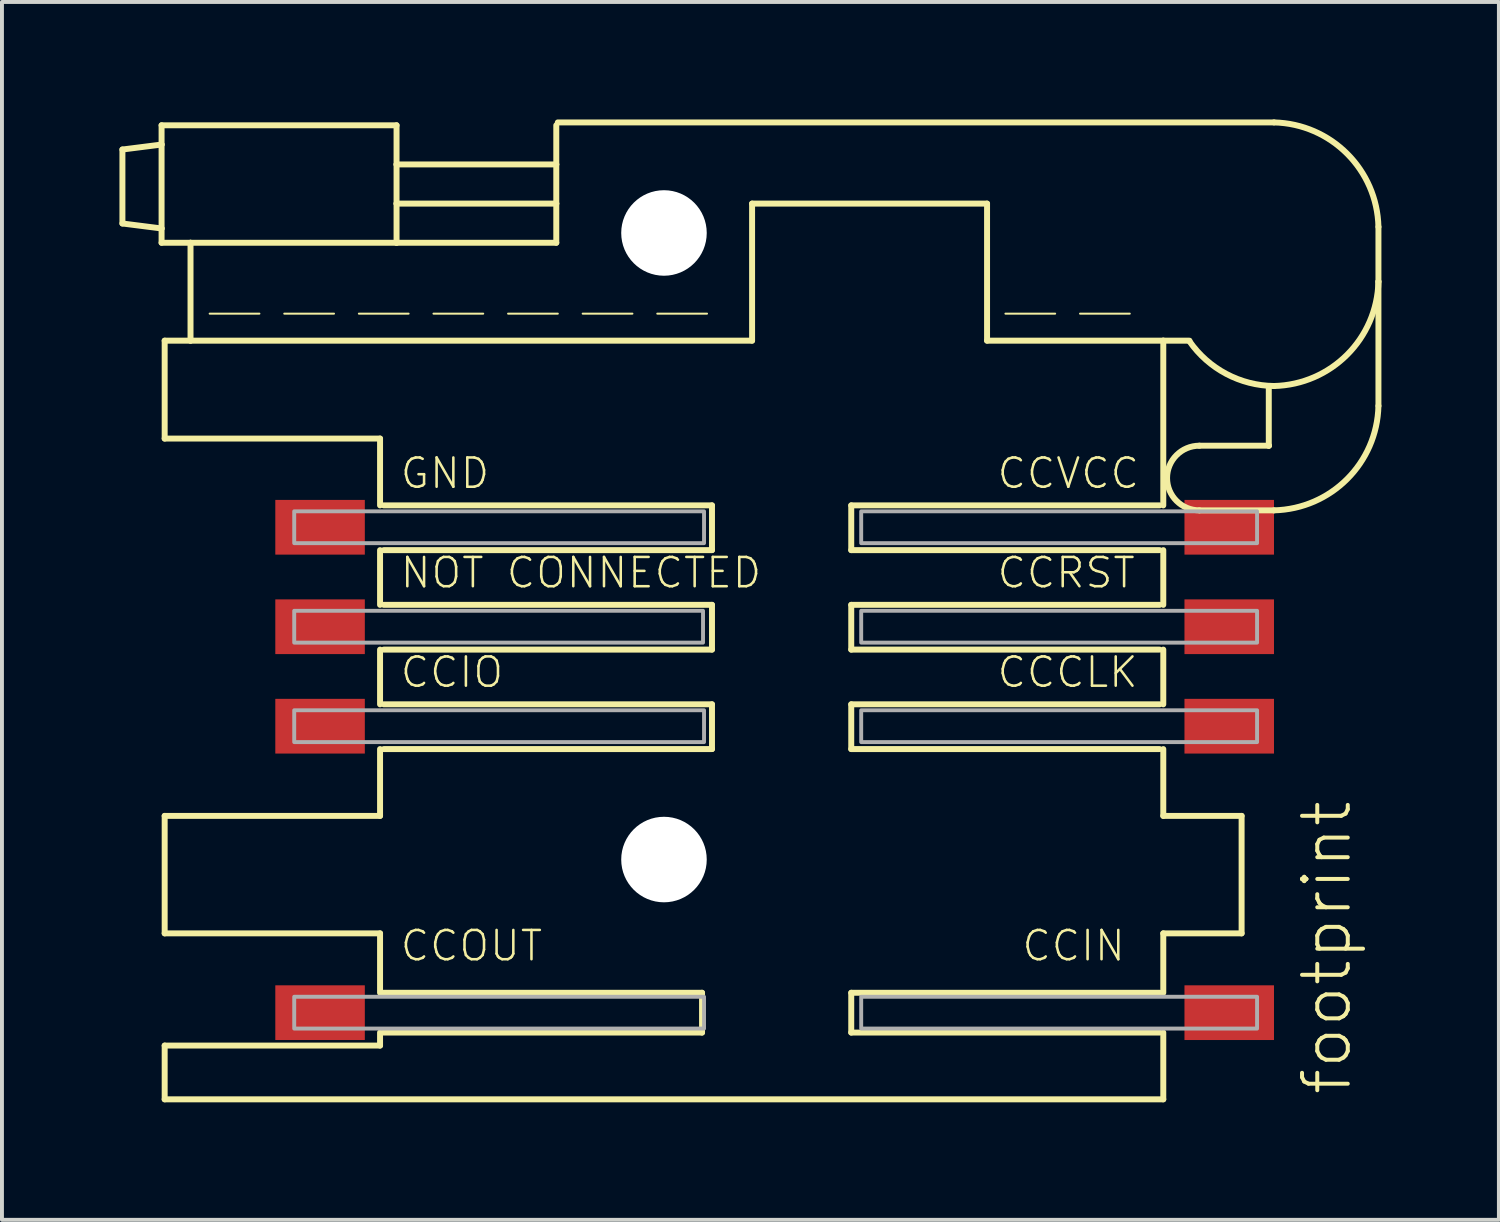
<source format=kicad_pcb>
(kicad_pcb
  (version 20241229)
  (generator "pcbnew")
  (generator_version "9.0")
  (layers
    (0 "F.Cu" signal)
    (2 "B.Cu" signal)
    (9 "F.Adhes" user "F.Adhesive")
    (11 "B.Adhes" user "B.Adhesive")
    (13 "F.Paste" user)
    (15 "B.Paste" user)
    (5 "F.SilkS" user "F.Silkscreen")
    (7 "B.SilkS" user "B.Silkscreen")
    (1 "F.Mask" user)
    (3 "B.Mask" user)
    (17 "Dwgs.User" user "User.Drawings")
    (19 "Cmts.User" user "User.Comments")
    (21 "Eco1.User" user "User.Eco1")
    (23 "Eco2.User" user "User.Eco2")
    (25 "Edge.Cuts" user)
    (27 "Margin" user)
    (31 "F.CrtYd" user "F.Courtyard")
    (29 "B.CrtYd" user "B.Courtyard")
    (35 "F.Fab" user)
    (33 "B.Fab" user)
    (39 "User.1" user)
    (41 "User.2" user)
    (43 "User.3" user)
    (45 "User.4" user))
  (footprint "footprint"
    (layer "F.Cu")
    (at 16.909 12.649)
    (property "Reference" "footprint" (at 14.605 12.319 90) (layer "F.SilkS") (effects (font (size 1.168 1.168) (thickness 0.102)) (justify left bottom)))
    (fp_line (start -16.833 -11.881) (end -16.833 -9.992) (stroke (width 0.152) (type solid)) (layer "F.SilkS"))
    (fp_line (start -16.833 -9.992) (end -15.833 -9.865) (stroke (width 0.152) (type solid)) (layer "F.SilkS"))
    (fp_line (start -15.833 -12.5) (end -15.833 -12.008) (stroke (width 0.152) (type solid)) (layer "F.SilkS"))
    (fp_line (start -15.833 -12.008) (end -16.833 -11.881) (stroke (width 0.152) (type solid)) (layer "F.SilkS"))
    (fp_line (start -15.833 -12.008) (end -15.833 -9.865) (stroke (width 0.152) (type solid)) (layer "F.SilkS"))
    (fp_line (start -15.833 -9.865) (end -15.833 -9.5) (stroke (width 0.152) (type solid)) (layer "F.SilkS"))
    (fp_line (start -15.833 -9.5) (end -15.094 -9.5) (stroke (width 0.152) (type solid)) (layer "F.SilkS"))
    (fp_line (start -15.754 -7) (end -15.754 -4.5) (stroke (width 0.152) (type solid)) (layer "F.SilkS"))
    (fp_line (start -15.754 -7) (end -15.094 -7) (stroke (width 0.152) (type solid)) (layer "F.SilkS"))
    (fp_line (start -15.754 5.135) (end -15.754 8.135) (stroke (width 0.152) (type solid)) (layer "F.SilkS"))
    (fp_line (start -15.754 11) (end -15.754 12.373) (stroke (width 0.152) (type solid)) (layer "F.SilkS"))
    (fp_line (start -15.094 -9.5) (end -15.094 -7) (stroke (width 0.152) (type solid)) (layer "F.SilkS"))
    (fp_line (start -15.094 -9.5) (end -9.833 -9.5) (stroke (width 0.152) (type solid)) (layer "F.SilkS"))
    (fp_line (start -15.094 -7) (end -0.754 -7) (stroke (width 0.152) (type solid)) (layer "F.SilkS"))
    (fp_line (start -14.605 -7.69) (end -13.335 -7.69) (stroke (width 0.051) (type solid)) (layer "F.SilkS"))
    (fp_line (start -12.7 -7.69) (end -11.43 -7.69) (stroke (width 0.051) (type solid)) (layer "F.SilkS"))
    (fp_line (start -10.795 -7.69) (end -9.525 -7.69) (stroke (width 0.051) (type solid)) (layer "F.SilkS"))
    (fp_line (start -10.254 -4.5) (end -15.754 -4.5) (stroke (width 0.152) (type solid)) (layer "F.SilkS"))
    (fp_line (start -10.254 -4.5) (end -10.254 -2.794) (stroke (width 0.152) (type solid)) (layer "F.SilkS"))
    (fp_line (start -10.254 -1.651) (end -10.254 -0.254) (stroke (width 0.152) (type solid)) (layer "F.SilkS"))
    (fp_line (start -10.254 0.889) (end -10.254 2.286) (stroke (width 0.152) (type solid)) (layer "F.SilkS"))
    (fp_line (start -10.254 3.429) (end -10.254 5.135) (stroke (width 0.152) (type solid)) (layer "F.SilkS"))
    (fp_line (start -10.254 5.135) (end -15.754 5.135) (stroke (width 0.152) (type solid)) (layer "F.SilkS"))
    (fp_line (start -10.254 8.135) (end -15.754 8.135) (stroke (width 0.152) (type solid)) (layer "F.SilkS"))
    (fp_line (start -10.254 8.135) (end -10.254 9.652) (stroke (width 0.152) (type solid)) (layer "F.SilkS"))
    (fp_line (start -10.254 10.668) (end -10.254 11) (stroke (width 0.152) (type solid)) (layer "F.SilkS"))
    (fp_line (start -10.254 11) (end -15.754 11) (stroke (width 0.152) (type solid)) (layer "F.SilkS"))
    (fp_line (start -10.16 -2.794) (end -1.778 -2.794) (stroke (width 0.152) (type solid)) (layer "F.SilkS"))
    (fp_line (start -10.16 -0.254) (end -1.778 -0.254) (stroke (width 0.152) (type solid)) (layer "F.SilkS"))
    (fp_line (start -10.16 2.286) (end -1.778 2.286) (stroke (width 0.152) (type solid)) (layer "F.SilkS"))
    (fp_line (start -10.16 9.652) (end -2.032 9.652) (stroke (width 0.152) (type solid)) (layer "F.SilkS"))
    (fp_line (start -10.16 10.668) (end -2.032 10.668) (stroke (width 0.152) (type solid)) (layer "F.SilkS"))
    (fp_line (start -9.833 -12.5) (end -15.833 -12.5) (stroke (width 0.152) (type solid)) (layer "F.SilkS"))
    (fp_line (start -9.833 -11.5) (end -9.833 -12.5) (stroke (width 0.152) (type solid)) (layer "F.SilkS"))
    (fp_line (start -9.833 -11.5) (end -9.833 -10.5) (stroke (width 0.152) (type solid)) (layer "F.SilkS"))
    (fp_line (start -9.833 -10.5) (end -5.754 -10.5) (stroke (width 0.152) (type solid)) (layer "F.SilkS"))
    (fp_line (start -9.833 -9.5) (end -9.833 -10.5) (stroke (width 0.152) (type solid)) (layer "F.SilkS"))
    (fp_line (start -9.833 -9.5) (end -5.754 -9.5) (stroke (width 0.152) (type solid)) (layer "F.SilkS"))
    (fp_line (start -8.89 -7.69) (end -7.62 -7.69) (stroke (width 0.051) (type solid)) (layer "F.SilkS"))
    (fp_line (start -6.985 -7.69) (end -5.715 -7.69) (stroke (width 0.051) (type solid)) (layer "F.SilkS"))
    (fp_line (start -5.754 -11.5) (end -9.833 -11.5) (stroke (width 0.152) (type solid)) (layer "F.SilkS"))
    (fp_line (start -5.754 -11.5) (end -5.754 -12.5) (stroke (width 0.152) (type solid)) (layer "F.SilkS"))
    (fp_line (start -5.754 -10.5) (end -5.754 -11.5) (stroke (width 0.152) (type solid)) (layer "F.SilkS"))
    (fp_line (start -5.754 -9.5) (end -5.754 -10.5) (stroke (width 0.152) (type solid)) (layer "F.SilkS"))
    (fp_line (start -5.08 -7.69) (end -3.81 -7.69) (stroke (width 0.051) (type solid)) (layer "F.SilkS"))
    (fp_line (start -3.175 -7.69) (end -1.905 -7.69) (stroke (width 0.051) (type solid)) (layer "F.SilkS"))
    (fp_line (start -2.032 9.652) (end -2.032 10.668) (stroke (width 0.152) (type solid)) (layer "F.SilkS"))
    (fp_line (start -1.778 -2.794) (end -1.778 -1.651) (stroke (width 0.152) (type solid)) (layer "F.SilkS"))
    (fp_line (start -1.778 -1.651) (end -10.16 -1.651) (stroke (width 0.152) (type solid)) (layer "F.SilkS"))
    (fp_line (start -1.778 -0.254) (end -1.778 0.889) (stroke (width 0.152) (type solid)) (layer "F.SilkS"))
    (fp_line (start -1.778 0.889) (end -10.16 0.889) (stroke (width 0.152) (type solid)) (layer "F.SilkS"))
    (fp_line (start -1.778 2.286) (end -1.778 3.429) (stroke (width 0.152) (type solid)) (layer "F.SilkS"))
    (fp_line (start -1.778 3.429) (end -10.16 3.429) (stroke (width 0.152) (type solid)) (layer "F.SilkS"))
    (fp_line (start -0.754 -10.5) (end 5.246 -10.5) (stroke (width 0.152) (type solid)) (layer "F.SilkS"))
    (fp_line (start -0.754 -7) (end -0.754 -10.5) (stroke (width 0.152) (type solid)) (layer "F.SilkS"))
    (fp_line (start 1.778 -2.794) (end 1.778 -1.651) (stroke (width 0.152) (type solid)) (layer "F.SilkS"))
    (fp_line (start 1.778 -2.794) (end 9.652 -2.794) (stroke (width 0.152) (type solid)) (layer "F.SilkS"))
    (fp_line (start 1.778 -1.651) (end 9.652 -1.651) (stroke (width 0.152) (type solid)) (layer "F.SilkS"))
    (fp_line (start 1.778 -0.254) (end 1.778 0.889) (stroke (width 0.152) (type solid)) (layer "F.SilkS"))
    (fp_line (start 1.778 -0.254) (end 9.652 -0.254) (stroke (width 0.152) (type solid)) (layer "F.SilkS"))
    (fp_line (start 1.778 0.889) (end 9.652 0.889) (stroke (width 0.152) (type solid)) (layer "F.SilkS"))
    (fp_line (start 1.778 2.286) (end 1.778 3.429) (stroke (width 0.152) (type solid)) (layer "F.SilkS"))
    (fp_line (start 1.778 2.286) (end 9.652 2.286) (stroke (width 0.152) (type solid)) (layer "F.SilkS"))
    (fp_line (start 1.778 3.429) (end 9.652 3.429) (stroke (width 0.152) (type solid)) (layer "F.SilkS"))
    (fp_line (start 1.778 9.652) (end 1.778 10.668) (stroke (width 0.152) (type solid)) (layer "F.SilkS"))
    (fp_line (start 1.778 9.652) (end 9.652 9.652) (stroke (width 0.152) (type solid)) (layer "F.SilkS"))
    (fp_line (start 1.778 10.668) (end 9.652 10.668) (stroke (width 0.152) (type solid)) (layer "F.SilkS"))
    (fp_line (start 5.246 -10.5) (end 5.246 -7) (stroke (width 0.152) (type solid)) (layer "F.SilkS"))
    (fp_line (start 5.246 -7) (end 9.746 -7) (stroke (width 0.152) (type solid)) (layer "F.SilkS"))
    (fp_line (start 5.715 -7.69) (end 6.985 -7.69) (stroke (width 0.051) (type solid)) (layer "F.SilkS"))
    (fp_line (start 7.62 -7.69) (end 8.89 -7.69) (stroke (width 0.051) (type solid)) (layer "F.SilkS"))
    (fp_line (start 9.746 -7) (end 10.414 -7) (stroke (width 0.152) (type solid)) (layer "F.SilkS"))
    (fp_line (start 9.746 -2.794) (end 9.746 -7) (stroke (width 0.152) (type solid)) (layer "F.SilkS"))
    (fp_line (start 9.746 -0.254) (end 9.746 -1.651) (stroke (width 0.152) (type solid)) (layer "F.SilkS"))
    (fp_line (start 9.746 2.286) (end 9.746 0.889) (stroke (width 0.152) (type solid)) (layer "F.SilkS"))
    (fp_line (start 9.746 5.135) (end 9.746 3.429) (stroke (width 0.152) (type solid)) (layer "F.SilkS"))
    (fp_line (start 9.746 5.135) (end 11.746 5.135) (stroke (width 0.152) (type solid)) (layer "F.SilkS"))
    (fp_line (start 9.746 8.135) (end 9.746 9.652) (stroke (width 0.152) (type solid)) (layer "F.SilkS"))
    (fp_line (start 9.746 10.668) (end 9.746 12.373) (stroke (width 0.152) (type solid)) (layer "F.SilkS"))
    (fp_line (start 9.746 12.373) (end -15.754 12.373) (stroke (width 0.152) (type solid)) (layer "F.SilkS"))
    (fp_line (start 10.668 -4.318) (end 12.44 -4.318) (stroke (width 0.152) (type solid)) (layer "F.SilkS"))
    (fp_line (start 10.668 -2.667) (end 12.573 -2.667) (stroke (width 0.152) (type solid)) (layer "F.SilkS"))
    (fp_line (start 11.746 5.135) (end 11.746 8.135) (stroke (width 0.152) (type solid)) (layer "F.SilkS"))
    (fp_line (start 11.746 8.135) (end 9.746 8.135) (stroke (width 0.152) (type solid)) (layer "F.SilkS"))
    (fp_line (start 12.44 -4.318) (end 12.44 -5.842) (stroke (width 0.152) (type solid)) (layer "F.SilkS"))
    (fp_line (start 12.44 -4.318) (end 12.446 -4.318) (stroke (width 0.152) (type solid)) (layer "F.SilkS"))
    (fp_line (start 12.573 -12.573) (end -5.715 -12.573) (stroke (width 0.152) (type solid)) (layer "F.SilkS"))
    (fp_line (start 15.24 -8.509) (end 15.24 -9.906) (stroke (width 0.152) (type solid)) (layer "F.SilkS"))
    (fp_line (start 15.24 -5.334) (end 15.24 -8.509) (stroke (width 0.152) (type solid)) (layer "F.SilkS"))
    (fp_arc (start 10.668 -2.667) (mid 9.8425 -3.4925) (end 10.668 -4.318) (stroke (width 0.1524) (type solid)) (layer "F.SilkS"))
    (fp_arc (start 12.572999 -5.8421) (mid 11.354956 -6.151834) (end 10.414 -6.985) (stroke (width 0.1524) (type solid)) (layer "F.SilkS"))
    (fp_arc (start 12.573 -12.573) (mid 14.440778 -11.773776) (end 15.24 -9.905998) (stroke (width 0.1524) (type solid)) (layer "F.SilkS"))
    (fp_arc (start 15.239999 -8.509001) (mid 14.440777 -6.641223) (end 12.573 -5.842) (stroke (width 0.1524) (type solid)) (layer "F.SilkS"))
    (fp_arc (start 15.239999 -5.334001) (mid 14.440777 -3.466223) (end 12.573 -2.667) (stroke (width 0.1524) (type solid)) (layer "F.SilkS"))
    (fp_poly (pts (xy -12.446 -1.829) (xy -1.981 -1.829) (xy -1.981 -2.642) (xy -12.446 -2.642)) (stroke (width 0.1) (type solid)) (fill no) (layer "F.Fab"))
    (fp_poly (pts (xy -12.446 0.711) (xy -2.007 0.711) (xy -2.007 -0.102) (xy -12.446 -0.102)) (stroke (width 0.1) (type solid)) (fill no) (layer "F.Fab"))
    (fp_poly (pts (xy -12.446 3.251) (xy -1.981 3.251) (xy -1.981 2.438) (xy -12.446 2.438)) (stroke (width 0.1) (type solid)) (fill no) (layer "F.Fab"))
    (fp_poly (pts (xy -12.446 10.566) (xy -1.981 10.566) (xy -1.981 9.754) (xy -12.446 9.754)) (stroke (width 0.1) (type solid)) (fill no) (layer "F.Fab"))
    (fp_poly (pts (xy 2.032 -1.829) (xy 12.141 -1.829) (xy 12.141 -2.642) (xy 2.032 -2.642)) (stroke (width 0.1) (type solid)) (fill no) (layer "F.Fab"))
    (fp_poly (pts (xy 2.032 0.711) (xy 12.141 0.711) (xy 12.141 -0.102) (xy 2.032 -0.102)) (stroke (width 0.1) (type solid)) (fill no) (layer "F.Fab"))
    (fp_poly (pts (xy 2.032 3.251) (xy 12.141 3.251) (xy 12.141 2.438) (xy 2.032 2.438)) (stroke (width 0.1) (type solid)) (fill no) (layer "F.Fab"))
    (fp_poly (pts (xy 2.032 10.566) (xy 12.141 10.566) (xy 12.141 9.754) (xy 2.032 9.754)) (stroke (width 0.1) (type solid)) (fill no) (layer "F.Fab"))
    (fp_text user "NOT CONNECTED" (at -9.779 -0.635 0) (layer "F.SilkS") (effects (font (size 0.748 0.748) (thickness 0.065)) (justify left bottom)))
    (fp_text user "CCIO" (at -9.779 1.905 0) (layer "F.SilkS") (effects (font (size 0.748 0.748) (thickness 0.065)) (justify left bottom)))
    (fp_text user "CCRST" (at 5.461 -0.635 0) (layer "F.SilkS") (effects (font (size 0.748 0.748) (thickness 0.065)) (justify left bottom)))
    (fp_text user "CCOUT" (at -9.779 8.89 0) (layer "F.SilkS") (effects (font (size 0.748 0.748) (thickness 0.065)) (justify left bottom)))
    (fp_text user "GND" (at -9.779 -3.175 0) (layer "F.SilkS") (effects (font (size 0.748 0.748) (thickness 0.065)) (justify left bottom)))
    (fp_text user "CCVCC" (at 5.461 -3.175 0) (layer "F.SilkS") (effects (font (size 0.748 0.748) (thickness 0.065)) (justify left bottom)))
    (fp_text user "CCIN" (at 6.096 8.89 0) (layer "F.SilkS") (effects (font (size 0.748 0.748) (thickness 0.065)) (justify left bottom)))
    (fp_text user "CCCLK" (at 5.461 1.905 0) (layer "F.SilkS") (effects (font (size 0.748 0.748) (thickness 0.065)) (justify left bottom)))
    (pad "" np_thru_hole circle (at -3.004 -9.75) (size 2.184 2.184) (drill 2.184) (layers "*.Cu" "*.Mask"))
    (pad "" np_thru_hole circle (at -3.004 6.25) (size 2.184 2.184) (drill 2.184) (layers "*.Cu" "*.Mask"))
    (pad "C1" smd rect (at 11.43 -2.235) (size 2.286 1.397) (layers "F.Cu" "F.Mask" "F.Paste"))
    (pad "C2" smd rect (at 11.43 0.305) (size 2.286 1.397) (layers "F.Cu" "F.Mask" "F.Paste"))
    (pad "C3" smd rect (at 11.43 2.845) (size 2.286 1.397) (layers "F.Cu" "F.Mask" "F.Paste"))
    (pad "C4" smd rect (at 11.43 10.16) (size 2.286 1.397) (layers "F.Cu" "F.Mask" "F.Paste"))
    (pad "C5" smd rect (at -11.786 -2.235) (size 2.286 1.397) (layers "F.Cu" "F.Mask" "F.Paste"))
    (pad "C6" smd rect (at -11.786 0.305) (size 2.286 1.397) (layers "F.Cu" "F.Mask" "F.Paste"))
    (pad "C7" smd rect (at -11.786 2.845) (size 2.286 1.397) (layers "F.Cu" "F.Mask" "F.Paste"))
    (pad "C8" smd rect (at -11.786 10.16) (size 2.286 1.397) (layers "F.Cu" "F.Mask" "F.Paste")))
  (gr_rect
    (start -3 -3)
    (end 35.225 28.099)
    (stroke (width 0.1) (type default))
    (fill no)
    (layer "Edge.Cuts")))
</source>
